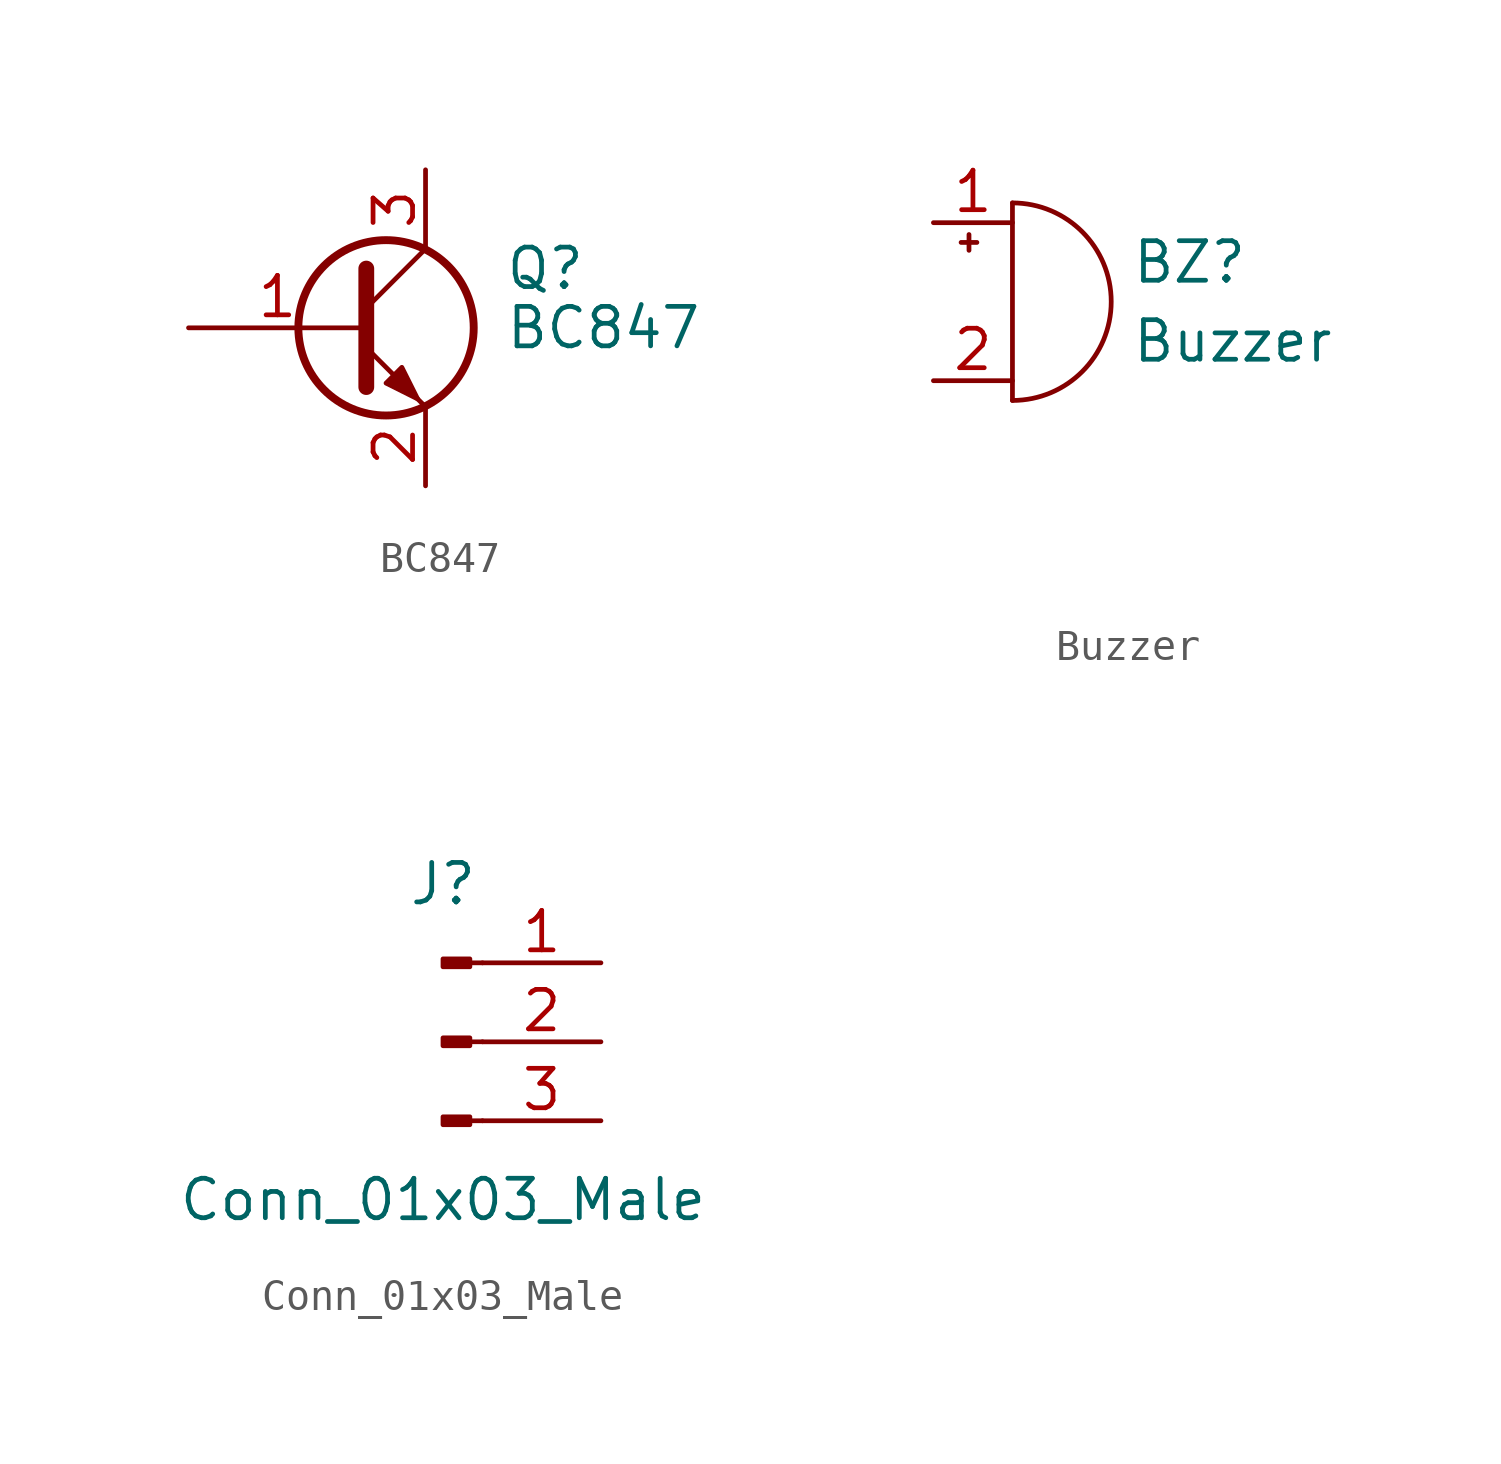
<source format=kicad_sym>
(kicad_symbol_lib
  (version 20231120)
  (generator "kicad_symbol_editor")
  (generator_version "8.0")
  (symbol "BC847"
    (pin_names
      (offset 0) hide)
    (property "Reference" "Q"
      (at 5.08 1.905 0)
      (effects (font (size 1.27 1.27)) (justify left)))
    (property "Value" "BC847"
      (at 5.08 0 0)
      (effects (font (size 1.27 1.27)) (justify left)))
    (symbol "BC847_0_1"
      (polyline (pts (xy 0.635 0.635) (xy 2.54 2.54)) (stroke (width 0) (type solid)) (fill (type none)))
      (polyline (pts (xy 0.635 -0.635) (xy 2.54 -2.54) (xy 2.54 -2.54)) (stroke (width 0) (type solid)) (fill (type none)))
      (polyline (pts (xy 0.635 1.905) (xy 0.635 -1.905) (xy 0.635 -1.905)) (stroke (width 0.508) (type solid)) (fill (type none)))
      (polyline (pts (xy 1.27 -1.778) (xy 1.778 -1.27) (xy 2.286 -2.286) (xy 1.27 -1.778) (xy 1.27 -1.778)) (stroke (width 0) (type solid)) (fill (type outline)))
      (circle (center 1.27 0) (radius 2.819) (stroke (width 0.254) (type solid)) (fill (type none))))
    (symbol "BC847_1_1"
      (pin input line (at -5.08 0 0) (length 5.715) (name "B" (effects (font (size 1.27 1.27)))) (number "1" (effects (font (size 1.27 1.27)))))
      (pin passive line (at 2.54 -5.08 90) (length 2.54) (name "E" (effects (font (size 1.27 1.27)))) (number "2" (effects (font (size 1.27 1.27)))))
      (pin passive line (at 2.54 5.08 270) (length 2.54) (name "C" (effects (font (size 1.27 1.27)))) (number "3" (effects (font (size 1.27 1.27)))))))
  (symbol "Buzzer"
    (pin_names
      (offset 0.025) hide)
    (property "Reference" "BZ"
      (at 3.81 1.27 0)
      (effects (font (size 1.27 1.27)) (justify left)))
    (property "Value" "Buzzer"
      (at 3.81 -1.27 0)
      (effects (font (size 1.27 1.27)) (justify left)))
    (symbol "Buzzer_0_1"
      (arc (start 0 -3.175) (mid 3.175 0) (end 0 3.175) (stroke (width 0) (type solid)) (fill (type none)))
      (polyline (pts (xy -1.651 1.905) (xy -1.143 1.905)) (stroke (width 0) (type solid)) (fill (type none)))
      (polyline (pts (xy -1.397 2.159) (xy -1.397 1.651)) (stroke (width 0) (type solid)) (fill (type none)))
      (polyline (pts (xy 0 3.175) (xy 0 -3.175)) (stroke (width 0) (type solid)) (fill (type none))))
    (symbol "Buzzer_1_1"
      (pin passive line (at -2.54 2.54 0) (length 2.54) (name "-" (effects (font (size 1.27 1.27)))) (number "1" (effects (font (size 1.27 1.27)))))
      (pin passive line (at -2.54 -2.54 0) (length 2.54) (name "+" (effects (font (size 1.27 1.27)))) (number "2" (effects (font (size 1.27 1.27)))))
      (pin no_connect line (at 3.81 -6.35 180) (length 2.54) hide (name "nc" (effects (font (size 1.27 1.27)))) (number "3" (effects (font (size 1.27 1.27)))))
      (pin no_connect line (at 3.81 -8.89 180) (length 2.54) hide (name "nc" (effects (font (size 1.27 1.27)))) (number "4" (effects (font (size 1.27 1.27)))))))
  (symbol "Conn_01x03_Male"
    (pin_names
      (offset 1.016) hide)
    (property "Reference" "J"
      (at 0 5.08 0)
      (effects (font (size 1.27 1.27))))
    (property "Value" "Conn_01x03_Male"
      (at 0 -5.08 0)
      (effects (font (size 1.27 1.27))))
    (symbol "Conn_01x03_Male_1_1"
      (polyline (pts (xy 1.27 -2.54) (xy 0.864 -2.54)) (stroke (width 0.152) (type solid)) (fill (type none)))
      (polyline (pts (xy 1.27 0) (xy 0.864 0)) (stroke (width 0.152) (type solid)) (fill (type none)))
      (polyline (pts (xy 1.27 2.54) (xy 0.864 2.54)) (stroke (width 0.152) (type solid)) (fill (type none)))
      (rectangle (start 0.864 -2.413) (end 0 -2.667) (stroke (width 0.152) (type solid)) (fill (type outline)))
      (rectangle (start 0.864 0.127) (end 0 -0.127) (stroke (width 0.152) (type solid)) (fill (type outline)))
      (rectangle (start 0.864 2.667) (end 0 2.413) (stroke (width 0.152) (type solid)) (fill (type outline)))
      (pin passive line (at 5.08 2.54 180) (length 3.81) (name "Pin_1" (effects (font (size 1.27 1.27)))) (number "1" (effects (font (size 1.27 1.27)))))
      (pin passive line (at 5.08 0 180) (length 3.81) (name "Pin_2" (effects (font (size 1.27 1.27)))) (number "2" (effects (font (size 1.27 1.27)))))
      (pin passive line (at 5.08 -2.54 180) (length 3.81) (name "Pin_3" (effects (font (size 1.27 1.27)))) (number "3" (effects (font (size 1.27 1.27))))))))
</source>
